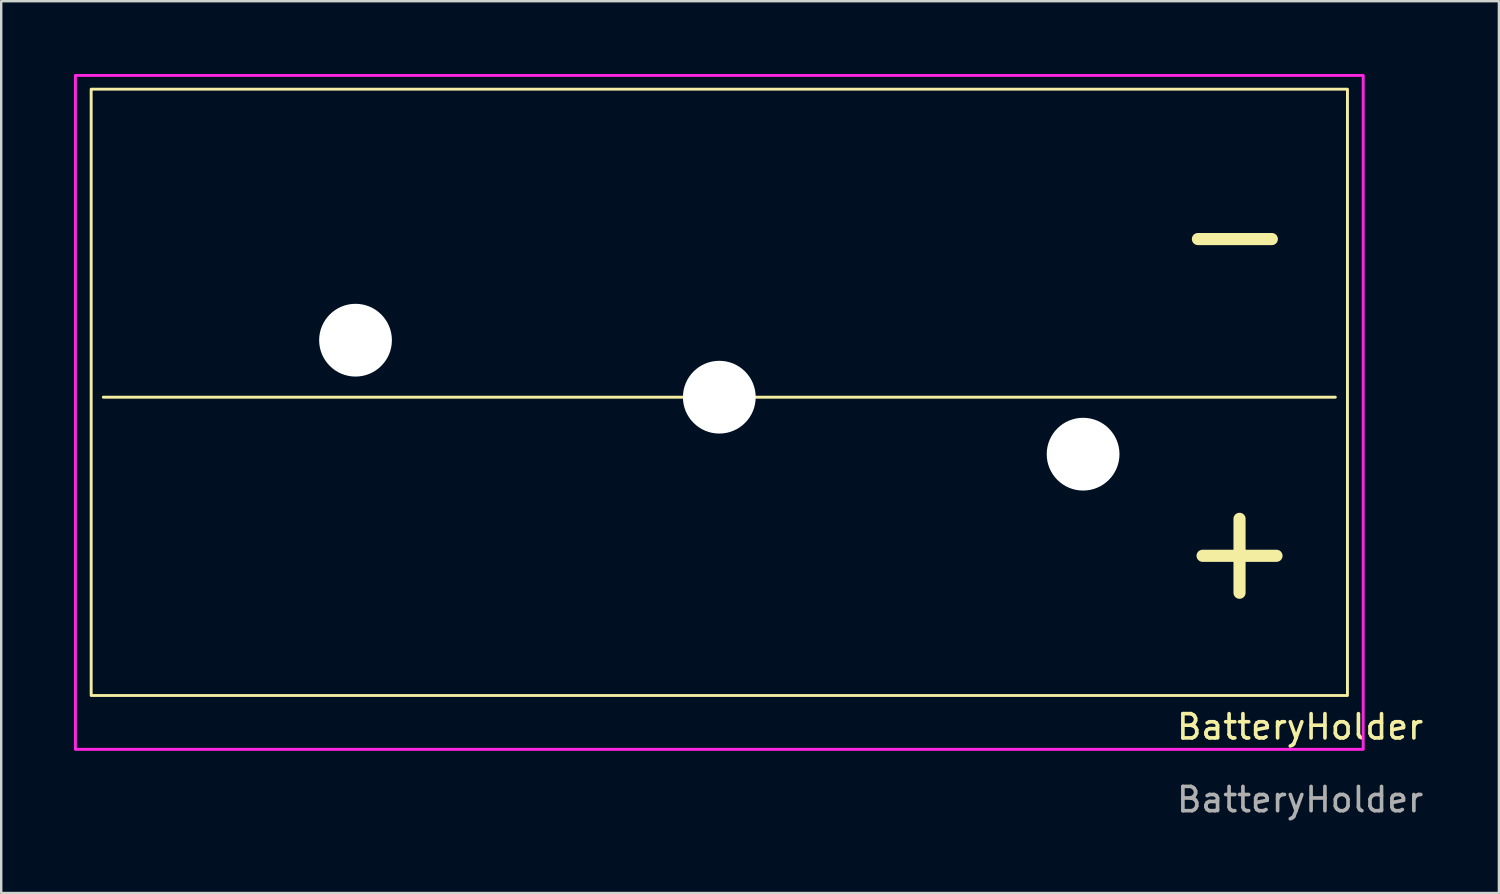
<source format=kicad_pcb>
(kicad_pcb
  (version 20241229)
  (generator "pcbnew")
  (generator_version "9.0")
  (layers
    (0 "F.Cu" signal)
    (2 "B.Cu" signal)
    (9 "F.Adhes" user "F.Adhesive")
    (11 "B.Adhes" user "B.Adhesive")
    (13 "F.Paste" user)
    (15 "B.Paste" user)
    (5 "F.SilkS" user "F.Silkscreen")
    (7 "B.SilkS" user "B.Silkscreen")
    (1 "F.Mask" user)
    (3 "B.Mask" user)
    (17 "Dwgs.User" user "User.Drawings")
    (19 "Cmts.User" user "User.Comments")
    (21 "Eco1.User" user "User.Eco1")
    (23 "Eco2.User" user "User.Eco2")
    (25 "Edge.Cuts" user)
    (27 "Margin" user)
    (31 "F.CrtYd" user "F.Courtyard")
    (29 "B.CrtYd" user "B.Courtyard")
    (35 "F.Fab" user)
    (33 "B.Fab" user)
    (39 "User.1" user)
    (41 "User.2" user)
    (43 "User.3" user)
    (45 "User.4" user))
  (footprint "BatteryHolder"
    (layer "F.Cu")
    (at 26.609 13.327)
    (property "Reference" "BatteryHolder" (at 23.948 13.594 0) (unlocked yes) (layer "F.SilkS") (effects (font (size 1 1) (thickness 0.15))))
    (fp_line (start 25.4 0) (end -25.4 0) (stroke (width 0.12) (type default)) (layer "F.SilkS"))
    (fp_rect (start -25.9 -12.7) (end 25.9 12.3) (stroke (width 0.12) (type default)) (fill no) (layer "F.SilkS"))
    (fp_rect (start -26.549 -13.267) (end 26.549 14.52) (stroke (width 0.12) (type default)) (fill no) (layer "F.CrtYd"))
    (fp_circle (center -15 -2.35) (end -13.5 -2.35) (stroke (width 0.12) (type default)) (fill no) (layer "User.2"))
    (fp_circle (center 0 0) (end 1.5 0) (stroke (width 0.12) (type default)) (fill no) (layer "User.2"))
    (fp_circle (center 15 2.35) (end 16.5 2.35) (stroke (width 0.12) (type default)) (fill no) (layer "User.2"))
    (fp_text user "-" (at 18.453 -4.481 0) (unlocked yes) (layer "F.SilkS") (effects (font (size 4 4) (thickness 0.5) (bold yes)) (justify left bottom)))
    (fp_text user "+" (at 18.645 8.579 0) (unlocked yes) (layer "F.SilkS") (effects (font (size 4 4) (thickness 0.5) (bold yes)) (justify left bottom)))
    (fp_text user "${REFERENCE}" (at 23.948 16.594 0) (unlocked yes) (layer "F.Fab") (effects (font (size 1 1) (thickness 0.15))))
    (pad "" np_thru_hole circle (at -15 -2.35) (size 3 3) (drill 3) (layers "*.Cu" "*.Mask"))
    (pad "" np_thru_hole circle (at 0 0) (size 3 3) (drill 3) (layers "*.Cu" "*.Mask"))
    (pad "" np_thru_hole circle (at 15 2.35) (size 3 3) (drill 3) (layers "*.Cu" "*.Mask")))
  (gr_rect
    (start -3 -3)
    (end 58.754 33.77)
    (stroke (width 0.1) (type default))
    (fill no)
    (layer "Edge.Cuts")))
</source>
